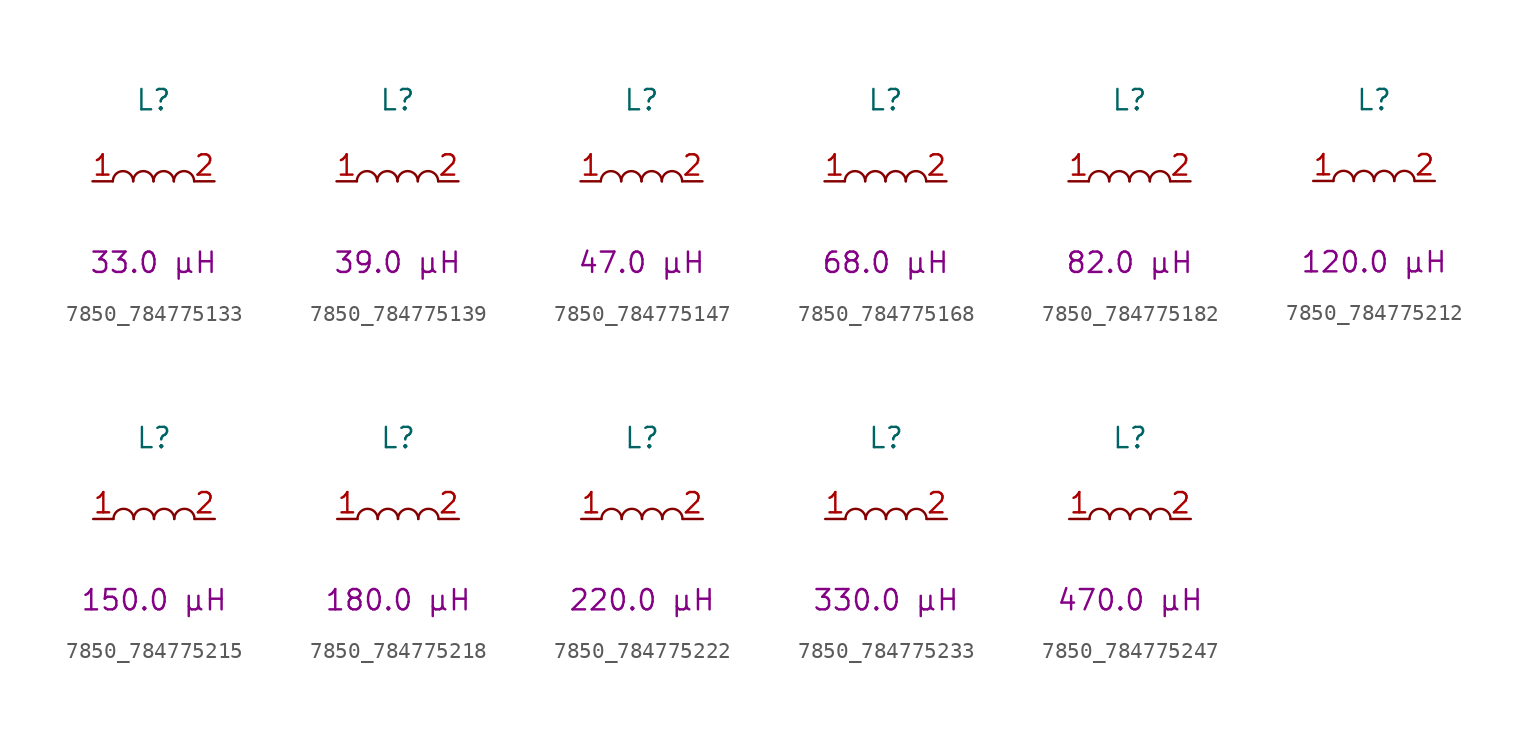
<source format=kicad_sym>
(kicad_symbol_lib
  (version 20220914)
  (generator kicad_symbol_editor)
  (symbol "7850_784775133"
    (pin_names hide)
    (property "Reference" "L"
      (at 0 5.08 0)
      (effects (font (size 1.27 1.27))))
    (property "Critical Parameter" "33.0 µH"
      (at 0 -5.08 0)
      (effects (font (size 1.27 1.27))))
    (symbol "7850_784775133_0_1"
      (arc (start -1.27 0) (mid -1.905 0.6323) (end -2.54 0) (stroke (width 0) (type default)) (fill (type none)))
      (arc (start 0 0) (mid -0.635 0.6323) (end -1.27 0) (stroke (width 0) (type default)) (fill (type none)))
      (arc (start 1.27 0) (mid 0.635 0.6323) (end 0 0) (stroke (width 0) (type default)) (fill (type none)))
      (arc (start 2.54 0) (mid 1.905 0.6323) (end 1.27 0) (stroke (width 0) (type default)) (fill (type none))))
    (symbol "7850_784775133_1_1"
      (pin passive line (at -3.81 0 0) (length 1.27) (name "1" (effects (font (size 1.27 1.27)))) (number "1" (effects (font (size 1.27 1.27)))))
      (pin passive line (at 3.81 0 180) (length 1.27) (name "2" (effects (font (size 1.27 1.27)))) (number "2" (effects (font (size 1.27 1.27)))))))
  (symbol "7850_784775139"
    (pin_names hide)
    (property "Reference" "L"
      (at 0 5.08 0)
      (effects (font (size 1.27 1.27))))
    (property "Critical Parameter" "39.0 µH"
      (at 0 -5.08 0)
      (effects (font (size 1.27 1.27))))
    (symbol "7850_784775139_0_1"
      (arc (start -1.27 0) (mid -1.905 0.6323) (end -2.54 0) (stroke (width 0) (type default)) (fill (type none)))
      (arc (start 0 0) (mid -0.635 0.6323) (end -1.27 0) (stroke (width 0) (type default)) (fill (type none)))
      (arc (start 1.27 0) (mid 0.635 0.6323) (end 0 0) (stroke (width 0) (type default)) (fill (type none)))
      (arc (start 2.54 0) (mid 1.905 0.6323) (end 1.27 0) (stroke (width 0) (type default)) (fill (type none))))
    (symbol "7850_784775139_1_1"
      (pin passive line (at -3.81 0 0) (length 1.27) (name "1" (effects (font (size 1.27 1.27)))) (number "1" (effects (font (size 1.27 1.27)))))
      (pin passive line (at 3.81 0 180) (length 1.27) (name "2" (effects (font (size 1.27 1.27)))) (number "2" (effects (font (size 1.27 1.27)))))))
  (symbol "7850_784775147"
    (pin_names hide)
    (property "Reference" "L"
      (at 0 5.08 0)
      (effects (font (size 1.27 1.27))))
    (property "Critical Parameter" "47.0 µH"
      (at 0 -5.08 0)
      (effects (font (size 1.27 1.27))))
    (symbol "7850_784775147_0_1"
      (arc (start -1.27 0) (mid -1.905 0.6323) (end -2.54 0) (stroke (width 0) (type default)) (fill (type none)))
      (arc (start 0 0) (mid -0.635 0.6323) (end -1.27 0) (stroke (width 0) (type default)) (fill (type none)))
      (arc (start 1.27 0) (mid 0.635 0.6323) (end 0 0) (stroke (width 0) (type default)) (fill (type none)))
      (arc (start 2.54 0) (mid 1.905 0.6323) (end 1.27 0) (stroke (width 0) (type default)) (fill (type none))))
    (symbol "7850_784775147_1_1"
      (pin passive line (at -3.81 0 0) (length 1.27) (name "1" (effects (font (size 1.27 1.27)))) (number "1" (effects (font (size 1.27 1.27)))))
      (pin passive line (at 3.81 0 180) (length 1.27) (name "2" (effects (font (size 1.27 1.27)))) (number "2" (effects (font (size 1.27 1.27)))))))
  (symbol "7850_784775168"
    (pin_names hide)
    (property "Reference" "L"
      (at 0 5.08 0)
      (effects (font (size 1.27 1.27))))
    (property "Critical Parameter" "68.0 µH"
      (at 0 -5.08 0)
      (effects (font (size 1.27 1.27))))
    (symbol "7850_784775168_0_1"
      (arc (start -1.27 0) (mid -1.905 0.6323) (end -2.54 0) (stroke (width 0) (type default)) (fill (type none)))
      (arc (start 0 0) (mid -0.635 0.6323) (end -1.27 0) (stroke (width 0) (type default)) (fill (type none)))
      (arc (start 1.27 0) (mid 0.635 0.6323) (end 0 0) (stroke (width 0) (type default)) (fill (type none)))
      (arc (start 2.54 0) (mid 1.905 0.6323) (end 1.27 0) (stroke (width 0) (type default)) (fill (type none))))
    (symbol "7850_784775168_1_1"
      (pin passive line (at -3.81 0 0) (length 1.27) (name "1" (effects (font (size 1.27 1.27)))) (number "1" (effects (font (size 1.27 1.27)))))
      (pin passive line (at 3.81 0 180) (length 1.27) (name "2" (effects (font (size 1.27 1.27)))) (number "2" (effects (font (size 1.27 1.27)))))))
  (symbol "7850_784775182"
    (pin_names hide)
    (property "Reference" "L"
      (at 0 5.08 0)
      (effects (font (size 1.27 1.27))))
    (property "Critical Parameter" "82.0 µH"
      (at 0 -5.08 0)
      (effects (font (size 1.27 1.27))))
    (symbol "7850_784775182_0_1"
      (arc (start -1.27 0) (mid -1.905 0.6323) (end -2.54 0) (stroke (width 0) (type default)) (fill (type none)))
      (arc (start 0 0) (mid -0.635 0.6323) (end -1.27 0) (stroke (width 0) (type default)) (fill (type none)))
      (arc (start 1.27 0) (mid 0.635 0.6323) (end 0 0) (stroke (width 0) (type default)) (fill (type none)))
      (arc (start 2.54 0) (mid 1.905 0.6323) (end 1.27 0) (stroke (width 0) (type default)) (fill (type none))))
    (symbol "7850_784775182_1_1"
      (pin passive line (at -3.81 0 0) (length 1.27) (name "1" (effects (font (size 1.27 1.27)))) (number "1" (effects (font (size 1.27 1.27)))))
      (pin passive line (at 3.81 0 180) (length 1.27) (name "2" (effects (font (size 1.27 1.27)))) (number "2" (effects (font (size 1.27 1.27)))))))
  (symbol "7850_784775212"
    (pin_names hide)
    (property "Reference" "L"
      (at 0 5.08 0)
      (effects (font (size 1.27 1.27))))
    (property "Critical Parameter" "120.0 µH"
      (at 0 -5.08 0)
      (effects (font (size 1.27 1.27))))
    (symbol "7850_784775212_0_1"
      (arc (start -1.27 0) (mid -1.905 0.6323) (end -2.54 0) (stroke (width 0) (type default)) (fill (type none)))
      (arc (start 0 0) (mid -0.635 0.6323) (end -1.27 0) (stroke (width 0) (type default)) (fill (type none)))
      (arc (start 1.27 0) (mid 0.635 0.6323) (end 0 0) (stroke (width 0) (type default)) (fill (type none)))
      (arc (start 2.54 0) (mid 1.905 0.6323) (end 1.27 0) (stroke (width 0) (type default)) (fill (type none))))
    (symbol "7850_784775212_1_1"
      (pin passive line (at -3.81 0 0) (length 1.27) (name "1" (effects (font (size 1.27 1.27)))) (number "1" (effects (font (size 1.27 1.27)))))
      (pin passive line (at 3.81 0 180) (length 1.27) (name "2" (effects (font (size 1.27 1.27)))) (number "2" (effects (font (size 1.27 1.27)))))))
  (symbol "7850_784775215"
    (pin_names hide)
    (property "Reference" "L"
      (at 0 5.08 0)
      (effects (font (size 1.27 1.27))))
    (property "Critical Parameter" "150.0 µH"
      (at 0 -5.08 0)
      (effects (font (size 1.27 1.27))))
    (symbol "7850_784775215_0_1"
      (arc (start -1.27 0) (mid -1.905 0.6323) (end -2.54 0) (stroke (width 0) (type default)) (fill (type none)))
      (arc (start 0 0) (mid -0.635 0.6323) (end -1.27 0) (stroke (width 0) (type default)) (fill (type none)))
      (arc (start 1.27 0) (mid 0.635 0.6323) (end 0 0) (stroke (width 0) (type default)) (fill (type none)))
      (arc (start 2.54 0) (mid 1.905 0.6323) (end 1.27 0) (stroke (width 0) (type default)) (fill (type none))))
    (symbol "7850_784775215_1_1"
      (pin passive line (at -3.81 0 0) (length 1.27) (name "1" (effects (font (size 1.27 1.27)))) (number "1" (effects (font (size 1.27 1.27)))))
      (pin passive line (at 3.81 0 180) (length 1.27) (name "2" (effects (font (size 1.27 1.27)))) (number "2" (effects (font (size 1.27 1.27)))))))
  (symbol "7850_784775218"
    (pin_names hide)
    (property "Reference" "L"
      (at 0 5.08 0)
      (effects (font (size 1.27 1.27))))
    (property "Critical Parameter" "180.0 µH"
      (at 0 -5.08 0)
      (effects (font (size 1.27 1.27))))
    (symbol "7850_784775218_0_1"
      (arc (start -1.27 0) (mid -1.905 0.6323) (end -2.54 0) (stroke (width 0) (type default)) (fill (type none)))
      (arc (start 0 0) (mid -0.635 0.6323) (end -1.27 0) (stroke (width 0) (type default)) (fill (type none)))
      (arc (start 1.27 0) (mid 0.635 0.6323) (end 0 0) (stroke (width 0) (type default)) (fill (type none)))
      (arc (start 2.54 0) (mid 1.905 0.6323) (end 1.27 0) (stroke (width 0) (type default)) (fill (type none))))
    (symbol "7850_784775218_1_1"
      (pin passive line (at -3.81 0 0) (length 1.27) (name "1" (effects (font (size 1.27 1.27)))) (number "1" (effects (font (size 1.27 1.27)))))
      (pin passive line (at 3.81 0 180) (length 1.27) (name "2" (effects (font (size 1.27 1.27)))) (number "2" (effects (font (size 1.27 1.27)))))))
  (symbol "7850_784775222"
    (pin_names hide)
    (property "Reference" "L"
      (at 0 5.08 0)
      (effects (font (size 1.27 1.27))))
    (property "Critical Parameter" "220.0 µH"
      (at 0 -5.08 0)
      (effects (font (size 1.27 1.27))))
    (symbol "7850_784775222_0_1"
      (arc (start -1.27 0) (mid -1.905 0.6323) (end -2.54 0) (stroke (width 0) (type default)) (fill (type none)))
      (arc (start 0 0) (mid -0.635 0.6323) (end -1.27 0) (stroke (width 0) (type default)) (fill (type none)))
      (arc (start 1.27 0) (mid 0.635 0.6323) (end 0 0) (stroke (width 0) (type default)) (fill (type none)))
      (arc (start 2.54 0) (mid 1.905 0.6323) (end 1.27 0) (stroke (width 0) (type default)) (fill (type none))))
    (symbol "7850_784775222_1_1"
      (pin passive line (at -3.81 0 0) (length 1.27) (name "1" (effects (font (size 1.27 1.27)))) (number "1" (effects (font (size 1.27 1.27)))))
      (pin passive line (at 3.81 0 180) (length 1.27) (name "2" (effects (font (size 1.27 1.27)))) (number "2" (effects (font (size 1.27 1.27)))))))
  (symbol "7850_784775233"
    (pin_names hide)
    (property "Reference" "L"
      (at 0 5.08 0)
      (effects (font (size 1.27 1.27))))
    (property "Critical Parameter" "330.0 µH"
      (at 0 -5.08 0)
      (effects (font (size 1.27 1.27))))
    (symbol "7850_784775233_0_1"
      (arc (start -1.27 0) (mid -1.905 0.6323) (end -2.54 0) (stroke (width 0) (type default)) (fill (type none)))
      (arc (start 0 0) (mid -0.635 0.6323) (end -1.27 0) (stroke (width 0) (type default)) (fill (type none)))
      (arc (start 1.27 0) (mid 0.635 0.6323) (end 0 0) (stroke (width 0) (type default)) (fill (type none)))
      (arc (start 2.54 0) (mid 1.905 0.6323) (end 1.27 0) (stroke (width 0) (type default)) (fill (type none))))
    (symbol "7850_784775233_1_1"
      (pin passive line (at -3.81 0 0) (length 1.27) (name "1" (effects (font (size 1.27 1.27)))) (number "1" (effects (font (size 1.27 1.27)))))
      (pin passive line (at 3.81 0 180) (length 1.27) (name "2" (effects (font (size 1.27 1.27)))) (number "2" (effects (font (size 1.27 1.27)))))))
  (symbol "7850_784775247"
    (pin_names hide)
    (property "Reference" "L"
      (at 0 5.08 0)
      (effects (font (size 1.27 1.27))))
    (property "Critical Parameter" "470.0 µH"
      (at 0 -5.08 0)
      (effects (font (size 1.27 1.27))))
    (symbol "7850_784775247_0_1"
      (arc (start -1.27 0) (mid -1.905 0.6323) (end -2.54 0) (stroke (width 0) (type default)) (fill (type none)))
      (arc (start 0 0) (mid -0.635 0.6323) (end -1.27 0) (stroke (width 0) (type default)) (fill (type none)))
      (arc (start 1.27 0) (mid 0.635 0.6323) (end 0 0) (stroke (width 0) (type default)) (fill (type none)))
      (arc (start 2.54 0) (mid 1.905 0.6323) (end 1.27 0) (stroke (width 0) (type default)) (fill (type none))))
    (symbol "7850_784775247_1_1"
      (pin passive line (at -3.81 0 0) (length 1.27) (name "1" (effects (font (size 1.27 1.27)))) (number "1" (effects (font (size 1.27 1.27)))))
      (pin passive line (at 3.81 0 180) (length 1.27) (name "2" (effects (font (size 1.27 1.27)))) (number "2" (effects (font (size 1.27 1.27))))))))
</source>
